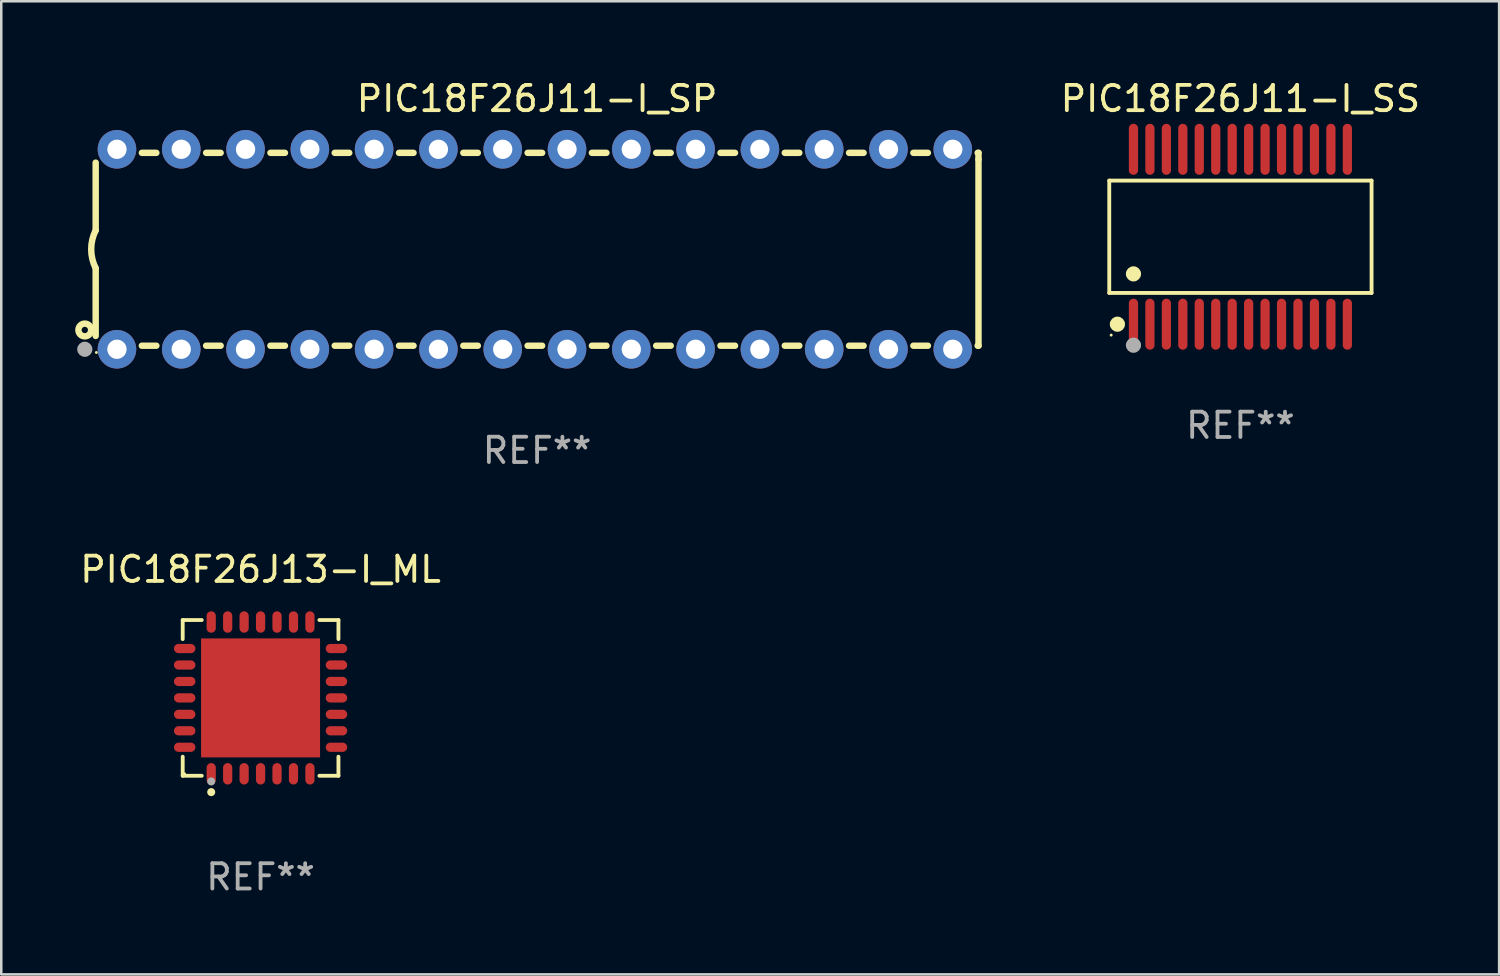
<source format=kicad_pcb>
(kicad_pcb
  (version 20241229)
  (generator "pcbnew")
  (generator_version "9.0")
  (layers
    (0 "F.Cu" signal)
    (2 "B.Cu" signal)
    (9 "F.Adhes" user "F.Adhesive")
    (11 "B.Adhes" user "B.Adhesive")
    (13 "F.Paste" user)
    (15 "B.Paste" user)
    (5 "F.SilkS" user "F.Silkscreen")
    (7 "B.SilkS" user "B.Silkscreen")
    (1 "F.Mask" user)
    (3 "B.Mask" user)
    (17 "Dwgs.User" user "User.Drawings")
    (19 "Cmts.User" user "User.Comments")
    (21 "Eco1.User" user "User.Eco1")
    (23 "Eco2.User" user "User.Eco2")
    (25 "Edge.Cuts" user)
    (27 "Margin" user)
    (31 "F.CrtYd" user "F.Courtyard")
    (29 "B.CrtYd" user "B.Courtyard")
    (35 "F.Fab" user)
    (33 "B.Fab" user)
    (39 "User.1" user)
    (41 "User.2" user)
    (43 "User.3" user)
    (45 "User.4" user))
  (footprint "PIC18F26J13-I_ML"
    (layer "F.Cu")
    (at 7.244 24.521)
    (property "Reference" "PIC18F26J13-I_ML" (at 0 -5.076 0) (layer "F.SilkS") (effects (font (size 1 1) (thickness 0.15))))
    (attr through_hole)
    (fp_line (start -3.076 -3.076) (end -2.323 -3.076) (stroke (width 0.152) (type solid)) (layer "F.SilkS"))
    (fp_line (start -3.076 -2.323) (end -3.076 -3.076) (stroke (width 0.152) (type solid)) (layer "F.SilkS"))
    (fp_line (start -3.076 2.323) (end -3.076 3.076) (stroke (width 0.152) (type solid)) (layer "F.SilkS"))
    (fp_line (start -3.076 3.076) (end -2.323 3.076) (stroke (width 0.152) (type solid)) (layer "F.SilkS"))
    (fp_line (start 3.076 -3.076) (end 2.323 -3.076) (stroke (width 0.152) (type solid)) (layer "F.SilkS"))
    (fp_line (start 3.076 -2.323) (end 3.076 -3.076) (stroke (width 0.152) (type solid)) (layer "F.SilkS"))
    (fp_line (start 3.076 2.323) (end 3.076 3.076) (stroke (width 0.152) (type solid)) (layer "F.SilkS"))
    (fp_line (start 3.076 3.076) (end 2.323 3.076) (stroke (width 0.152) (type solid)) (layer "F.SilkS"))
    (fp_circle (center -3 3) (end -2.97 3) (stroke (width 0.06) (type solid)) (fill no) (layer "F.SilkS"))
    (fp_circle (center -1.95 3.722) (end -1.87 3.722) (stroke (width 0.16) (type solid)) (fill no) (layer "F.SilkS"))
    (fp_circle (center -1.95 3.3) (end -1.87 3.3) (stroke (width 0.16) (type solid)) (fill no) (layer "F.Fab"))
    (fp_text user "REF**" (at 0 7.076 0) (layer "F.Fab") (effects (font (size 1 1) (thickness 0.15))))
    (pad "1" smd oval (at -1.95 2.998) (size 0.364 0.847) (layers "F.Cu" "F.Mask" "F.Paste"))
    (pad "2" smd oval (at -1.3 2.998) (size 0.364 0.847) (layers "F.Cu" "F.Mask" "F.Paste"))
    (pad "3" smd oval (at -0.65 2.998) (size 0.364 0.847) (layers "F.Cu" "F.Mask" "F.Paste"))
    (pad "4" smd oval (at 0 2.998) (size 0.364 0.847) (layers "F.Cu" "F.Mask" "F.Paste"))
    (pad "5" smd oval (at 0.65 2.998) (size 0.364 0.847) (layers "F.Cu" "F.Mask" "F.Paste"))
    (pad "6" smd oval (at 1.3 2.998) (size 0.364 0.847) (layers "F.Cu" "F.Mask" "F.Paste"))
    (pad "7" smd oval (at 1.95 2.998) (size 0.364 0.847) (layers "F.Cu" "F.Mask" "F.Paste"))
    (pad "8" smd oval (at 2.998 1.95) (size 0.847 0.364) (layers "F.Cu" "F.Mask" "F.Paste"))
    (pad "9" smd oval (at 2.998 1.3) (size 0.847 0.364) (layers "F.Cu" "F.Mask" "F.Paste"))
    (pad "10" smd oval (at 2.998 0.65) (size 0.847 0.364) (layers "F.Cu" "F.Mask" "F.Paste"))
    (pad "11" smd oval (at 2.998 0) (size 0.847 0.364) (layers "F.Cu" "F.Mask" "F.Paste"))
    (pad "12" smd oval (at 2.998 -0.65) (size 0.847 0.364) (layers "F.Cu" "F.Mask" "F.Paste"))
    (pad "13" smd oval (at 2.998 -1.3) (size 0.847 0.364) (layers "F.Cu" "F.Mask" "F.Paste"))
    (pad "14" smd oval (at 2.998 -1.95) (size 0.847 0.364) (layers "F.Cu" "F.Mask" "F.Paste"))
    (pad "15" smd oval (at 1.95 -2.998) (size 0.364 0.847) (layers "F.Cu" "F.Mask" "F.Paste"))
    (pad "16" smd oval (at 1.3 -2.998) (size 0.364 0.847) (layers "F.Cu" "F.Mask" "F.Paste"))
    (pad "17" smd oval (at 0.65 -2.998) (size 0.364 0.847) (layers "F.Cu" "F.Mask" "F.Paste"))
    (pad "18" smd oval (at 0 -2.998) (size 0.364 0.847) (layers "F.Cu" "F.Mask" "F.Paste"))
    (pad "19" smd oval (at -0.65 -2.998) (size 0.364 0.847) (layers "F.Cu" "F.Mask" "F.Paste"))
    (pad "20" smd oval (at -1.3 -2.998) (size 0.364 0.847) (layers "F.Cu" "F.Mask" "F.Paste"))
    (pad "21" smd oval (at -1.95 -2.998) (size 0.364 0.847) (layers "F.Cu" "F.Mask" "F.Paste"))
    (pad "22" smd oval (at -2.998 -1.95) (size 0.847 0.364) (layers "F.Cu" "F.Mask" "F.Paste"))
    (pad "23" smd oval (at -2.998 -1.3) (size 0.847 0.364) (layers "F.Cu" "F.Mask" "F.Paste"))
    (pad "24" smd oval (at -2.998 -0.65) (size 0.847 0.364) (layers "F.Cu" "F.Mask" "F.Paste"))
    (pad "25" smd oval (at -2.998 0) (size 0.847 0.364) (layers "F.Cu" "F.Mask" "F.Paste"))
    (pad "26" smd oval (at -2.998 0.65) (size 0.847 0.364) (layers "F.Cu" "F.Mask" "F.Paste"))
    (pad "27" smd oval (at -2.998 1.3) (size 0.847 0.364) (layers "F.Cu" "F.Mask" "F.Paste"))
    (pad "28" smd oval (at -2.998 1.95) (size 0.847 0.364) (layers "F.Cu" "F.Mask" "F.Paste"))
    (pad "29" smd rect (at 0 0) (size 4.7 4.7) (layers "F.Cu" "F.Mask" "F.Paste")))
  (footprint "PIC18F26J11-I_SP"
    (layer "F.Cu")
    (at 18.168 6.798)
    (property "Reference" "PIC18F26J11-I_SP" (at 0 -5.95 0) (layer "F.SilkS") (effects (font (size 1 1) (thickness 0.15))))
    (attr through_hole)
    (fp_line (start -17.438 0.75) (end -17.438 3.423) (stroke (width 0.254) (type solid)) (layer "F.SilkS"))
    (fp_line (start -17.438 -3.423) (end -17.438 -0.75) (stroke (width 0.254) (type solid)) (layer "F.SilkS"))
    (fp_line (start -15.615 3.81) (end -15.041 3.81) (stroke (width 0.254) (type solid)) (layer "F.SilkS"))
    (fp_line (start -15.041 -3.81) (end -15.614 -3.81) (stroke (width 0.254) (type solid)) (layer "F.SilkS"))
    (fp_line (start -13.075 3.81) (end -12.501 3.81) (stroke (width 0.254) (type solid)) (layer "F.SilkS"))
    (fp_line (start -12.501 -3.81) (end -13.074 -3.81) (stroke (width 0.254) (type solid)) (layer "F.SilkS"))
    (fp_line (start -10.535 3.81) (end -9.961 3.81) (stroke (width 0.254) (type solid)) (layer "F.SilkS"))
    (fp_line (start -9.961 -3.81) (end -10.534 -3.81) (stroke (width 0.254) (type solid)) (layer "F.SilkS"))
    (fp_line (start -7.995 3.81) (end -7.421 3.81) (stroke (width 0.254) (type solid)) (layer "F.SilkS"))
    (fp_line (start -7.421 -3.81) (end -7.995 -3.81) (stroke (width 0.254) (type solid)) (layer "F.SilkS"))
    (fp_line (start -5.455 3.81) (end -4.881 3.81) (stroke (width 0.254) (type solid)) (layer "F.SilkS"))
    (fp_line (start -4.881 -3.81) (end -5.455 -3.81) (stroke (width 0.254) (type solid)) (layer "F.SilkS"))
    (fp_line (start -2.915 3.81) (end -2.341 3.81) (stroke (width 0.254) (type solid)) (layer "F.SilkS"))
    (fp_line (start -2.341 -3.81) (end -2.915 -3.81) (stroke (width 0.254) (type solid)) (layer "F.SilkS"))
    (fp_line (start -0.375 3.81) (end 0.199 3.81) (stroke (width 0.254) (type solid)) (layer "F.SilkS"))
    (fp_line (start 0.199 -3.81) (end -0.375 -3.81) (stroke (width 0.254) (type solid)) (layer "F.SilkS"))
    (fp_line (start 2.165 3.81) (end 2.739 3.81) (stroke (width 0.254) (type solid)) (layer "F.SilkS"))
    (fp_line (start 2.739 -3.81) (end 2.165 -3.81) (stroke (width 0.254) (type solid)) (layer "F.SilkS"))
    (fp_line (start 4.705 3.81) (end 5.279 3.81) (stroke (width 0.254) (type solid)) (layer "F.SilkS"))
    (fp_line (start 5.279 -3.81) (end 4.705 -3.81) (stroke (width 0.254) (type solid)) (layer "F.SilkS"))
    (fp_line (start 7.245 3.81) (end 7.819 3.81) (stroke (width 0.254) (type solid)) (layer "F.SilkS"))
    (fp_line (start 7.819 -3.81) (end 7.245 -3.81) (stroke (width 0.254) (type solid)) (layer "F.SilkS"))
    (fp_line (start 9.785 3.81) (end 10.359 3.81) (stroke (width 0.254) (type solid)) (layer "F.SilkS"))
    (fp_line (start 10.359 -3.81) (end 9.785 -3.81) (stroke (width 0.254) (type solid)) (layer "F.SilkS"))
    (fp_line (start 12.325 3.81) (end 12.899 3.81) (stroke (width 0.254) (type solid)) (layer "F.SilkS"))
    (fp_line (start 12.899 -3.81) (end 12.325 -3.81) (stroke (width 0.254) (type solid)) (layer "F.SilkS"))
    (fp_line (start 14.865 3.81) (end 15.439 3.81) (stroke (width 0.254) (type solid)) (layer "F.SilkS"))
    (fp_line (start 15.439 -3.81) (end 14.865 -3.81) (stroke (width 0.254) (type solid)) (layer "F.SilkS"))
    (fp_line (start 17.405 3.81) (end 17.438 3.81) (stroke (width 0.254) (type solid)) (layer "F.SilkS"))
    (fp_line (start 17.438 -3.81) (end 17.405 -3.81) (stroke (width 0.254) (type solid)) (layer "F.SilkS"))
    (fp_line (start 17.438 -3.556) (end 17.438 -3.81) (stroke (width 0.254) (type solid)) (layer "F.SilkS"))
    (fp_line (start 17.438 3.81) (end 17.438 -3.556) (stroke (width 0.254) (type solid)) (layer "F.SilkS"))
    (fp_arc (start -17.437986 0.749657) (mid -17.614887 -0.000024) (end -17.437783 -0.749657) (stroke (width 0.254001) (type solid)) (layer "F.SilkS"))
    (fp_circle (center -17.868 3.188) (end -17.743 3.188) (stroke (width 0.254) (type solid)) (fill no) (layer "F.SilkS"))
    (fp_circle (center -17.411 4.077) (end -17.381 4.077) (stroke (width 0.06) (type solid)) (fill no) (layer "F.SilkS"))
    (fp_circle (center -17.868 3.95) (end -17.718 3.95) (stroke (width 0.3) (type solid)) (fill no) (layer "F.Fab"))
    (fp_text user "REF**" (at 0 7.95 0) (layer "F.Fab") (effects (font (size 1 1) (thickness 0.15))))
    (pad "1" thru_hole circle (at -16.598 3.95) (size 1.524 1.524) (drill 0.762) (layers "*.Cu" "*.Mask"))
    (pad "2" thru_hole circle (at -14.058 3.95) (size 1.524 1.524) (drill 0.762) (layers "*.Cu" "*.Mask"))
    (pad "3" thru_hole circle (at -11.518 3.95) (size 1.524 1.524) (drill 0.762) (layers "*.Cu" "*.Mask"))
    (pad "4" thru_hole circle (at -8.978 3.95) (size 1.524 1.524) (drill 0.762) (layers "*.Cu" "*.Mask"))
    (pad "5" thru_hole circle (at -6.438 3.95) (size 1.524 1.524) (drill 0.762) (layers "*.Cu" "*.Mask"))
    (pad "6" thru_hole circle (at -3.898 3.95) (size 1.524 1.524) (drill 0.762) (layers "*.Cu" "*.Mask"))
    (pad "7" thru_hole circle (at -1.358 3.95) (size 1.524 1.524) (drill 0.762) (layers "*.Cu" "*.Mask"))
    (pad "8" thru_hole circle (at 1.182 3.95) (size 1.524 1.524) (drill 0.762) (layers "*.Cu" "*.Mask"))
    (pad "9" thru_hole circle (at 3.722 3.95) (size 1.524 1.524) (drill 0.762) (layers "*.Cu" "*.Mask"))
    (pad "10" thru_hole circle (at 6.262 3.95) (size 1.524 1.524) (drill 0.762) (layers "*.Cu" "*.Mask"))
    (pad "11" thru_hole circle (at 8.802 3.95) (size 1.524 1.524) (drill 0.762) (layers "*.Cu" "*.Mask"))
    (pad "12" thru_hole circle (at 11.342 3.95) (size 1.524 1.524) (drill 0.762) (layers "*.Cu" "*.Mask"))
    (pad "13" thru_hole circle (at 13.882 3.95) (size 1.524 1.524) (drill 0.762) (layers "*.Cu" "*.Mask"))
    (pad "14" thru_hole circle (at 16.422 3.95) (size 1.524 1.524) (drill 0.762) (layers "*.Cu" "*.Mask"))
    (pad "15" thru_hole circle (at 16.422 -3.95) (size 1.524 1.524) (drill 0.762) (layers "*.Cu" "*.Mask"))
    (pad "16" thru_hole circle (at 13.882 -3.95) (size 1.524 1.524) (drill 0.762) (layers "*.Cu" "*.Mask"))
    (pad "17" thru_hole circle (at 11.342 -3.95) (size 1.524 1.524) (drill 0.762) (layers "*.Cu" "*.Mask"))
    (pad "18" thru_hole circle (at 8.802 -3.95) (size 1.524 1.524) (drill 0.762) (layers "*.Cu" "*.Mask"))
    (pad "19" thru_hole circle (at 6.262 -3.95) (size 1.524 1.524) (drill 0.762) (layers "*.Cu" "*.Mask"))
    (pad "20" thru_hole circle (at 3.722 -3.95) (size 1.524 1.524) (drill 0.762) (layers "*.Cu" "*.Mask"))
    (pad "21" thru_hole circle (at 1.182 -3.95) (size 1.524 1.524) (drill 0.762) (layers "*.Cu" "*.Mask"))
    (pad "22" thru_hole circle (at -1.358 -3.95) (size 1.524 1.524) (drill 0.762) (layers "*.Cu" "*.Mask"))
    (pad "23" thru_hole circle (at -3.898 -3.95) (size 1.524 1.524) (drill 0.762) (layers "*.Cu" "*.Mask"))
    (pad "24" thru_hole circle (at -6.438 -3.95) (size 1.524 1.524) (drill 0.762) (layers "*.Cu" "*.Mask"))
    (pad "25" thru_hole circle (at -8.978 -3.95) (size 1.524 1.524) (drill 0.762) (layers "*.Cu" "*.Mask"))
    (pad "26" thru_hole circle (at -11.517 -3.95) (size 1.524 1.524) (drill 0.762) (layers "*.Cu" "*.Mask"))
    (pad "27" thru_hole circle (at -14.057 -3.95) (size 1.524 1.524) (drill 0.762) (layers "*.Cu" "*.Mask"))
    (pad "28" thru_hole circle (at -16.597 -3.95) (size 1.524 1.524) (drill 0.762) (layers "*.Cu" "*.Mask")))
  (footprint "PIC18F26J11-I_SS"
    (layer "F.Cu")
    (at 45.953 6.303)
    (property "Reference" "PIC18F26J11-I_SS" (at 0 -5.455 0) (layer "F.SilkS") (effects (font (size 1 1) (thickness 0.15))))
    (attr through_hole)
    (fp_line (start -5.181 -2.219) (end 5.181 -2.219) (stroke (width 0.152) (type solid)) (layer "F.SilkS"))
    (fp_line (start -5.181 2.219) (end -5.181 -2.219) (stroke (width 0.152) (type solid)) (layer "F.SilkS"))
    (fp_line (start 5.181 -2.219) (end 5.181 2.219) (stroke (width 0.152) (type solid)) (layer "F.SilkS"))
    (fp_line (start 5.181 2.219) (end -5.181 2.219) (stroke (width 0.152) (type solid)) (layer "F.SilkS"))
    (fp_circle (center -5.105 3.885) (end -5.075 3.885) (stroke (width 0.06) (type solid)) (fill no) (layer "F.SilkS"))
    (fp_circle (center -4.859 3.455) (end -4.709 3.455) (stroke (width 0.3) (type solid)) (fill no) (layer "F.SilkS"))
    (fp_circle (center -4.225 1.467) (end -4.075 1.467) (stroke (width 0.3) (type solid)) (fill no) (layer "F.SilkS"))
    (fp_circle (center -4.225 4.285) (end -4.075 4.285) (stroke (width 0.3) (type solid)) (fill no) (layer "F.Fab"))
    (fp_text user "REF**" (at 0 7.455 0) (layer "F.Fab") (effects (font (size 1 1) (thickness 0.15))))
    (pad "1" smd oval (at -4.225 3.455) (size 0.364 2.015) (layers "F.Cu" "F.Mask" "F.Paste"))
    (pad "2" smd oval (at -3.575 3.455) (size 0.364 2.015) (layers "F.Cu" "F.Mask" "F.Paste"))
    (pad "3" smd oval (at -2.925 3.455) (size 0.364 2.015) (layers "F.Cu" "F.Mask" "F.Paste"))
    (pad "4" smd oval (at -2.275 3.455) (size 0.364 2.015) (layers "F.Cu" "F.Mask" "F.Paste"))
    (pad "5" smd oval (at -1.625 3.455) (size 0.364 2.015) (layers "F.Cu" "F.Mask" "F.Paste"))
    (pad "6" smd oval (at -0.975 3.455) (size 0.364 2.015) (layers "F.Cu" "F.Mask" "F.Paste"))
    (pad "7" smd oval (at -0.325 3.455) (size 0.364 2.015) (layers "F.Cu" "F.Mask" "F.Paste"))
    (pad "8" smd oval (at 0.325 3.455) (size 0.364 2.015) (layers "F.Cu" "F.Mask" "F.Paste"))
    (pad "9" smd oval (at 0.975 3.455) (size 0.364 2.015) (layers "F.Cu" "F.Mask" "F.Paste"))
    (pad "10" smd oval (at 1.625 3.455) (size 0.364 2.015) (layers "F.Cu" "F.Mask" "F.Paste"))
    (pad "11" smd oval (at 2.275 3.455) (size 0.364 2.015) (layers "F.Cu" "F.Mask" "F.Paste"))
    (pad "12" smd oval (at 2.925 3.455) (size 0.364 2.015) (layers "F.Cu" "F.Mask" "F.Paste"))
    (pad "13" smd oval (at 3.575 3.455) (size 0.364 2.015) (layers "F.Cu" "F.Mask" "F.Paste"))
    (pad "14" smd oval (at 4.225 3.455) (size 0.364 2.015) (layers "F.Cu" "F.Mask" "F.Paste"))
    (pad "15" smd oval (at 4.225 -3.455) (size 0.364 2.015) (layers "F.Cu" "F.Mask" "F.Paste"))
    (pad "16" smd oval (at 3.575 -3.455) (size 0.364 2.015) (layers "F.Cu" "F.Mask" "F.Paste"))
    (pad "17" smd oval (at 2.925 -3.455) (size 0.364 2.015) (layers "F.Cu" "F.Mask" "F.Paste"))
    (pad "18" smd oval (at 2.275 -3.455) (size 0.364 2.015) (layers "F.Cu" "F.Mask" "F.Paste"))
    (pad "19" smd oval (at 1.625 -3.455) (size 0.364 2.015) (layers "F.Cu" "F.Mask" "F.Paste"))
    (pad "20" smd oval (at 0.975 -3.455) (size 0.364 2.015) (layers "F.Cu" "F.Mask" "F.Paste"))
    (pad "21" smd oval (at 0.325 -3.455) (size 0.364 2.015) (layers "F.Cu" "F.Mask" "F.Paste"))
    (pad "22" smd oval (at -0.325 -3.455) (size 0.364 2.015) (layers "F.Cu" "F.Mask" "F.Paste"))
    (pad "23" smd oval (at -0.975 -3.455) (size 0.364 2.015) (layers "F.Cu" "F.Mask" "F.Paste"))
    (pad "24" smd oval (at -1.625 -3.455) (size 0.364 2.015) (layers "F.Cu" "F.Mask" "F.Paste"))
    (pad "25" smd oval (at -2.275 -3.455) (size 0.364 2.015) (layers "F.Cu" "F.Mask" "F.Paste"))
    (pad "26" smd oval (at -2.925 -3.455) (size 0.364 2.015) (layers "F.Cu" "F.Mask" "F.Paste"))
    (pad "27" smd oval (at -3.575 -3.455) (size 0.364 2.015) (layers "F.Cu" "F.Mask" "F.Paste"))
    (pad "28" smd oval (at -4.225 -3.455) (size 0.364 2.015) (layers "F.Cu" "F.Mask" "F.Paste")))
  (gr_rect
    (start -3 -3)
    (end 56.174 35.445)
    (stroke (width 0.1) (type default))
    (fill no)
    (layer "Edge.Cuts")))
</source>
